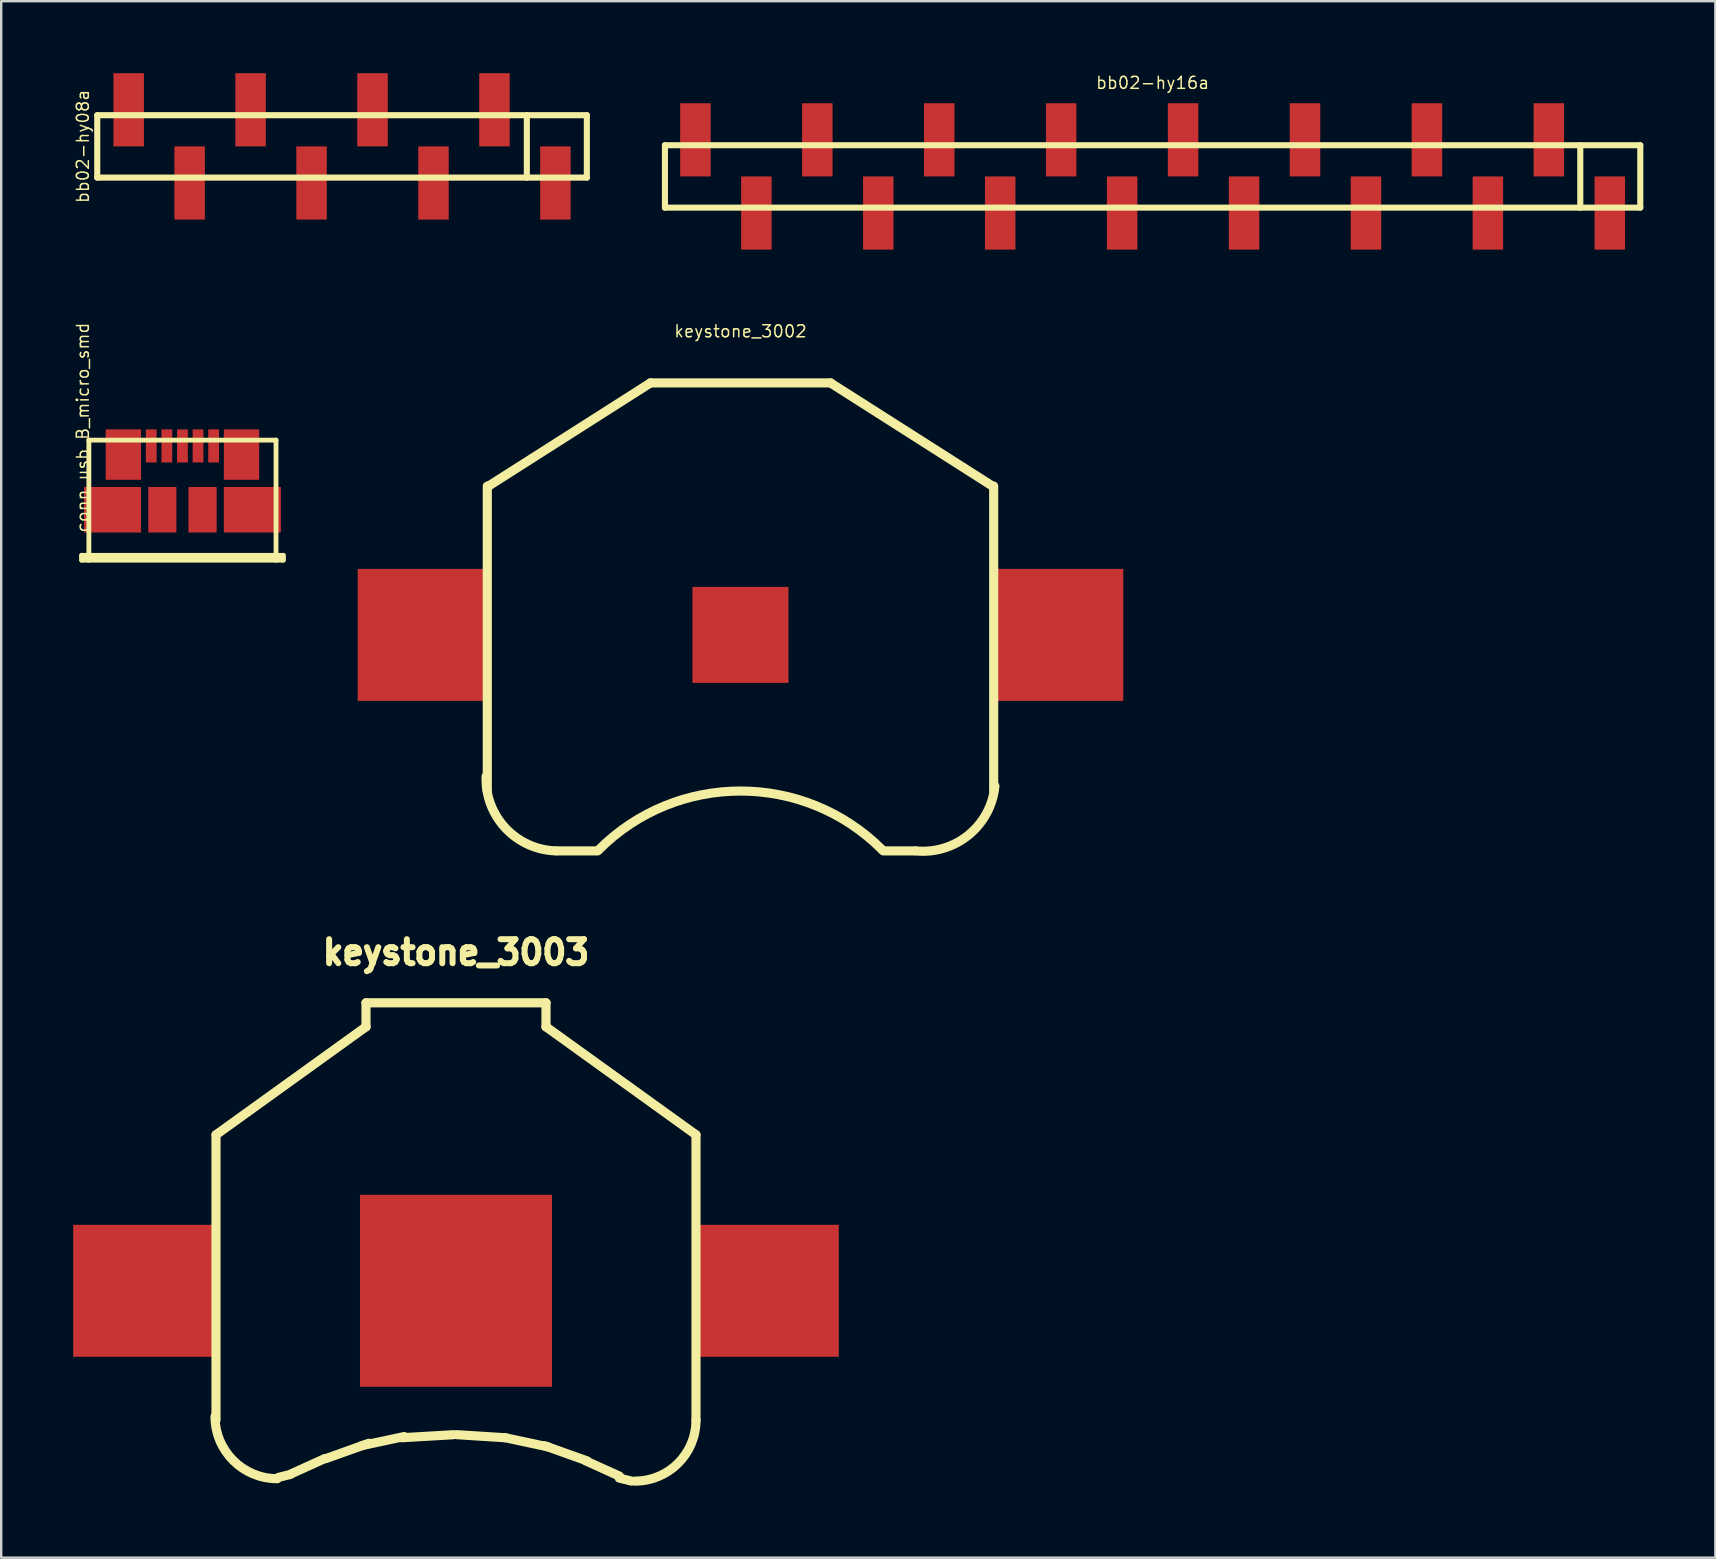
<source format=kicad_pcb>
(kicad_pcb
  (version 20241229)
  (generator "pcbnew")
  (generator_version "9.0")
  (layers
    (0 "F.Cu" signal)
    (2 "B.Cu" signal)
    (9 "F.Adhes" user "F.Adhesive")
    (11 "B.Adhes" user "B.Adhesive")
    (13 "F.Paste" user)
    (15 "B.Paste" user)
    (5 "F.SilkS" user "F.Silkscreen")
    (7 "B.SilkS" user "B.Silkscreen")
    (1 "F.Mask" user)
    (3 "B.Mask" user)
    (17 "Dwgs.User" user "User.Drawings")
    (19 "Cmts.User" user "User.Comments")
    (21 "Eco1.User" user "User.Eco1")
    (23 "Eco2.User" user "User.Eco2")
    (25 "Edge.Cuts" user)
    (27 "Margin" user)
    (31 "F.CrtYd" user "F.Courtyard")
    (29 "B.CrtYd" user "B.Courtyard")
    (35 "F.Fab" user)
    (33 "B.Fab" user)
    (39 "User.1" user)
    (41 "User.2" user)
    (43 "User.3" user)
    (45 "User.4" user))
  (footprint "keystone_3003"
    (layer "F.Cu")
    (at 15.95 50.734)
    (property "Reference" "keystone_3003" (at 0 -14.1 0) (layer "F.SilkS") (effects (font (size 1 1) (thickness 0.25))))
    (attr through_hole)
    (fp_line (start -10 -6.5) (end -10 5.389) (stroke (width 0.381) (type solid)) (layer "F.SilkS"))
    (fp_line (start -7.41 7.779) (end -6.902 7.652) (stroke (width 0.381) (type solid)) (layer "F.SilkS"))
    (fp_line (start -6.862 7.624) (end -5.465 6.989) (stroke (width 0.381) (type solid)) (layer "F.SilkS"))
    (fp_line (start -5.415 6.989) (end -3.637 6.354) (stroke (width 0.381) (type solid)) (layer "F.SilkS"))
    (fp_line (start -3.937 6.454) (end -2.159 6.073) (stroke (width 0.381) (type solid)) (layer "F.SilkS"))
    (fp_line (start -3.75 -12) (end -3.75 -11) (stroke (width 0.381) (type solid)) (layer "F.SilkS"))
    (fp_line (start -3.75 -12) (end 3.75 -12) (stroke (width 0.381) (type solid)) (layer "F.SilkS"))
    (fp_line (start -3.75 -11) (end -10 -6.5) (stroke (width 0.381) (type solid)) (layer "F.SilkS"))
    (fp_line (start -2.259 6.123) (end -0.1 5.996) (stroke (width 0.381) (type solid)) (layer "F.SilkS"))
    (fp_line (start 0.05 5.996) (end 2.05 6.123) (stroke (width 0.381) (type solid)) (layer "F.SilkS"))
    (fp_line (start 2.059 6.123) (end 3.837 6.504) (stroke (width 0.381) (type solid)) (layer "F.SilkS"))
    (fp_line (start 3.687 6.454) (end 5.465 7.089) (stroke (width 0.381) (type solid)) (layer "F.SilkS"))
    (fp_line (start 3.75 -12) (end 3.75 -11) (stroke (width 0.381) (type solid)) (layer "F.SilkS"))
    (fp_line (start 3.75 -11) (end 10 -6.5) (stroke (width 0.381) (type solid)) (layer "F.SilkS"))
    (fp_line (start 5.415 7.089) (end 6.812 7.724) (stroke (width 0.381) (type solid)) (layer "F.SilkS"))
    (fp_line (start 6.802 7.802) (end 7.31 7.929) (stroke (width 0.381) (type solid)) (layer "F.SilkS"))
    (fp_line (start 10 -6.5) (end 10 5.389) (stroke (width 0.381) (type solid)) (layer "F.SilkS"))
    (fp_arc (start -7.45 7.829) (mid -9.281407 7.070407) (end -10.04 5.239) (stroke (width 0.381) (type solid)) (layer "F.SilkS"))
    (fp_arc (start 10 5.389) (mid 9.256051 7.185051) (end 7.46 7.929) (stroke (width 0.381) (type solid)) (layer "F.SilkS"))
    (pad "1" smd rect (at -12.95 0) (size 6 5.5) (layers "F.Cu" "F.Mask" "F.Paste"))
    (pad "1" smd rect (at 12.95 0) (size 6 5.5) (layers "F.Cu" "F.Mask" "F.Paste"))
    (pad "2" smd rect (at 0 0) (size 8 8) (layers "F.Cu" "F.Mask" "F.Paste")))
  (footprint "bb02-hy16a"
    (layer "F.Cu")
    (at 44.976 4.302)
    (property "Reference" "bb02-hy16a" (at 0 -3.9 0) (layer "F.SilkS") (effects (font (size 0.5 0.5) (thickness 0.062))))
    (attr through_hole)
    (fp_line (start -20.32 -1.3) (end 20.32 -1.3) (stroke (width 0.254) (type solid)) (layer "F.SilkS"))
    (fp_line (start -20.32 1.3) (end -20.32 -1.3) (stroke (width 0.254) (type solid)) (layer "F.SilkS"))
    (fp_line (start 17.82 1.3) (end 17.82 -1.3) (stroke (width 0.254) (type solid)) (layer "F.SilkS"))
    (fp_line (start 20.32 -1.3) (end 20.32 1.3) (stroke (width 0.254) (type solid)) (layer "F.SilkS"))
    (fp_line (start 20.32 1.3) (end -20.32 1.3) (stroke (width 0.254) (type solid)) (layer "F.SilkS"))
    (pad "1" smd rect (at 19.05 1.525) (size 1.27 3.05) (layers "F.Cu" "F.Mask" "F.Paste"))
    (pad "2" smd rect (at 16.51 -1.525) (size 1.27 3.05) (layers "F.Cu" "F.Mask" "F.Paste"))
    (pad "3" smd rect (at 13.97 1.525) (size 1.27 3.05) (layers "F.Cu" "F.Mask" "F.Paste"))
    (pad "4" smd rect (at 11.43 -1.525) (size 1.27 3.05) (layers "F.Cu" "F.Mask" "F.Paste"))
    (pad "5" smd rect (at 8.89 1.525) (size 1.27 3.05) (layers "F.Cu" "F.Mask" "F.Paste"))
    (pad "6" smd rect (at 6.35 -1.525) (size 1.27 3.05) (layers "F.Cu" "F.Mask" "F.Paste"))
    (pad "7" smd rect (at 3.81 1.525) (size 1.27 3.05) (layers "F.Cu" "F.Mask" "F.Paste"))
    (pad "8" smd rect (at 1.27 -1.525) (size 1.27 3.05) (layers "F.Cu" "F.Mask" "F.Paste"))
    (pad "9" smd rect (at -1.27 1.525) (size 1.27 3.05) (layers "F.Cu" "F.Mask" "F.Paste"))
    (pad "10" smd rect (at -3.81 -1.525) (size 1.27 3.05) (layers "F.Cu" "F.Mask" "F.Paste"))
    (pad "11" smd rect (at -6.35 1.525) (size 1.27 3.05) (layers "F.Cu" "F.Mask" "F.Paste"))
    (pad "12" smd rect (at -8.89 -1.525) (size 1.27 3.05) (layers "F.Cu" "F.Mask" "F.Paste"))
    (pad "13" smd rect (at -11.43 1.525) (size 1.27 3.05) (layers "F.Cu" "F.Mask" "F.Paste"))
    (pad "14" smd rect (at -13.97 -1.525) (size 1.27 3.05) (layers "F.Cu" "F.Mask" "F.Paste"))
    (pad "15" smd rect (at -16.51 1.525) (size 1.27 3.05) (layers "F.Cu" "F.Mask" "F.Paste"))
    (pad "16" smd rect (at -19.05 -1.525) (size 1.27 3.05) (layers "F.Cu" "F.Mask" "F.Paste")))
  (footprint "conn_usb_B_micro_smd"
    (layer "F.Cu")
    (at 4.552 18.19)
    (property "Reference" "conn_usb_B_micro_smd" (at -4.15 -3.425 90) (layer "F.SilkS") (effects (font (size 0.5 0.5) (thickness 0.062))))
    (attr through_hole)
    (fp_line (start -4.201 1.9) (end -4.201 2.101) (stroke (width 0.201) (type solid)) (layer "F.SilkS"))
    (fp_line (start -4.201 1.999) (end 4.201 1.999) (stroke (width 0.201) (type solid)) (layer "F.SilkS"))
    (fp_line (start -4.201 2.101) (end 4.201 2.101) (stroke (width 0.201) (type solid)) (layer "F.SilkS"))
    (fp_line (start -3.899 -2.901) (end 3.899 -2.901) (stroke (width 0.201) (type solid)) (layer "F.SilkS"))
    (fp_line (start -3.899 2.101) (end -3.899 -2.901) (stroke (width 0.201) (type solid)) (layer "F.SilkS"))
    (fp_line (start 3.899 -2.901) (end 3.899 2.101) (stroke (width 0.201) (type solid)) (layer "F.SilkS"))
    (fp_line (start 4.201 1.9) (end -4.201 1.9) (stroke (width 0.201) (type solid)) (layer "F.SilkS"))
    (fp_line (start 4.201 2.101) (end 4.201 1.9) (stroke (width 0.201) (type solid)) (layer "F.SilkS"))
    (pad "" smd rect (at -2.913 0) (size 2.375 1.897) (layers "F.Cu" "F.Mask" "F.Paste"))
    (pad "" smd rect (at -2.461 -2.299) (size 1.473 2.101) (layers "F.Cu" "F.Mask" "F.Paste"))
    (pad "" smd rect (at -0.838 0) (size 1.173 1.897) (layers "F.Cu" "F.Mask" "F.Paste"))
    (pad "" smd rect (at 0.838 0) (size 1.173 1.897) (layers "F.Cu" "F.Mask" "F.Paste"))
    (pad "" smd rect (at 2.461 -2.299) (size 1.473 2.101) (layers "F.Cu" "F.Mask" "F.Paste"))
    (pad "" smd rect (at 2.913 0) (size 2.375 1.897) (layers "F.Cu" "F.Mask" "F.Paste"))
    (pad "1" smd rect (at -1.3 -2.659) (size 0.45 1.379) (layers "F.Cu" "F.Mask" "F.Paste"))
    (pad "2" smd rect (at -0.65 -2.659) (size 0.45 1.379) (layers "F.Cu" "F.Mask" "F.Paste"))
    (pad "3" smd rect (at 0 -2.659) (size 0.45 1.379) (layers "F.Cu" "F.Mask" "F.Paste"))
    (pad "4" smd rect (at 0.65 -2.659) (size 0.45 1.379) (layers "F.Cu" "F.Mask" "F.Paste"))
    (pad "5" smd rect (at 1.3 -2.659) (size 0.45 1.379) (layers "F.Cu" "F.Mask" "F.Paste")))
  (footprint "keystone_3002"
    (layer "F.Cu")
    (at 27.804 23.404)
    (property "Reference" "keystone_3002" (at 0 -12.65 0) (layer "F.SilkS") (effects (font (size 0.5 0.5) (thickness 0.062))))
    (attr through_hole)
    (fp_line (start -10.55 -6.2) (end -10.55 6.5) (stroke (width 0.381) (type solid)) (layer "F.SilkS"))
    (fp_line (start -7.65 9) (end -5.95 9) (stroke (width 0.381) (type solid)) (layer "F.SilkS"))
    (fp_line (start -3.75 -10.5) (end -10.5 -6.2) (stroke (width 0.381) (type solid)) (layer "F.SilkS"))
    (fp_line (start -3.75 -10.5) (end 3.75 -10.5) (stroke (width 0.381) (type solid)) (layer "F.SilkS"))
    (fp_line (start 3.75 -10.5) (end 10.5 -6.2) (stroke (width 0.381) (type solid)) (layer "F.SilkS"))
    (fp_line (start 7.25 9) (end 5.95 9) (stroke (width 0.381) (type solid)) (layer "F.SilkS"))
    (fp_line (start 10.55 -6.2) (end 10.55 6.5) (stroke (width 0.381) (type solid)) (layer "F.SilkS"))
    (fp_arc (start -7.7 9) (mid -9.792031 8.05061) (end -10.6 5.9) (stroke (width 0.381) (type solid)) (layer "F.SilkS"))
    (fp_arc (start -5.9 8.95) (mid 0 6.50614) (end 5.9 8.95) (stroke (width 0.381) (type solid)) (layer "F.SilkS"))
    (fp_arc (start 10.6 6.3) (mid 9.509188 8.333452) (end 7.3 9) (stroke (width 0.381) (type solid)) (layer "F.SilkS"))
    (pad "1" smd rect (at -13.2 0) (size 5.5 5.5) (layers "F.Cu" "F.Mask" "F.Paste"))
    (pad "1" smd rect (at 13.2 0) (size 5.5 5.5) (layers "F.Cu" "F.Mask" "F.Paste"))
    (pad "2" smd rect (at 0 0) (size 4 4) (layers "F.Cu" "F.Mask" "F.Paste")))
  (footprint "bb02-hy08a"
    (layer "F.Cu")
    (at 11.202 3.05)
    (property "Reference" "bb02-hy08a" (at -10.8 0 90) (layer "F.SilkS") (effects (font (size 0.5 0.5) (thickness 0.062))))
    (attr through_hole)
    (fp_line (start -10.2 -1.3) (end 10.2 -1.3) (stroke (width 0.254) (type solid)) (layer "F.SilkS"))
    (fp_line (start -10.2 1.3) (end -10.2 -1.3) (stroke (width 0.254) (type solid)) (layer "F.SilkS"))
    (fp_line (start 7.7 1.3) (end 7.7 -1.3) (stroke (width 0.254) (type solid)) (layer "F.SilkS"))
    (fp_line (start 10.2 -1.3) (end 10.2 1.3) (stroke (width 0.254) (type solid)) (layer "F.SilkS"))
    (fp_line (start 10.2 1.3) (end -10.2 1.3) (stroke (width 0.254) (type solid)) (layer "F.SilkS"))
    (pad "1" smd rect (at 8.89 1.525) (size 1.27 3.05) (layers "F.Cu" "F.Mask" "F.Paste"))
    (pad "2" smd rect (at 6.35 -1.525) (size 1.27 3.05) (layers "F.Cu" "F.Mask" "F.Paste"))
    (pad "3" smd rect (at 3.81 1.525) (size 1.27 3.05) (layers "F.Cu" "F.Mask" "F.Paste"))
    (pad "4" smd rect (at 1.27 -1.525) (size 1.27 3.05) (layers "F.Cu" "F.Mask" "F.Paste"))
    (pad "5" smd rect (at -1.27 1.525) (size 1.27 3.05) (layers "F.Cu" "F.Mask" "F.Paste"))
    (pad "6" smd rect (at -3.81 -1.525) (size 1.27 3.05) (layers "F.Cu" "F.Mask" "F.Paste"))
    (pad "7" smd rect (at -6.35 1.525) (size 1.27 3.05) (layers "F.Cu" "F.Mask" "F.Paste"))
    (pad "8" smd rect (at -8.89 -1.525) (size 1.27 3.05) (layers "F.Cu" "F.Mask" "F.Paste")))
  (gr_rect
    (start -3 -3)
    (end 68.423 61.853)
    (stroke (width 0.1) (type default))
    (fill no)
    (layer "Edge.Cuts")))
</source>
